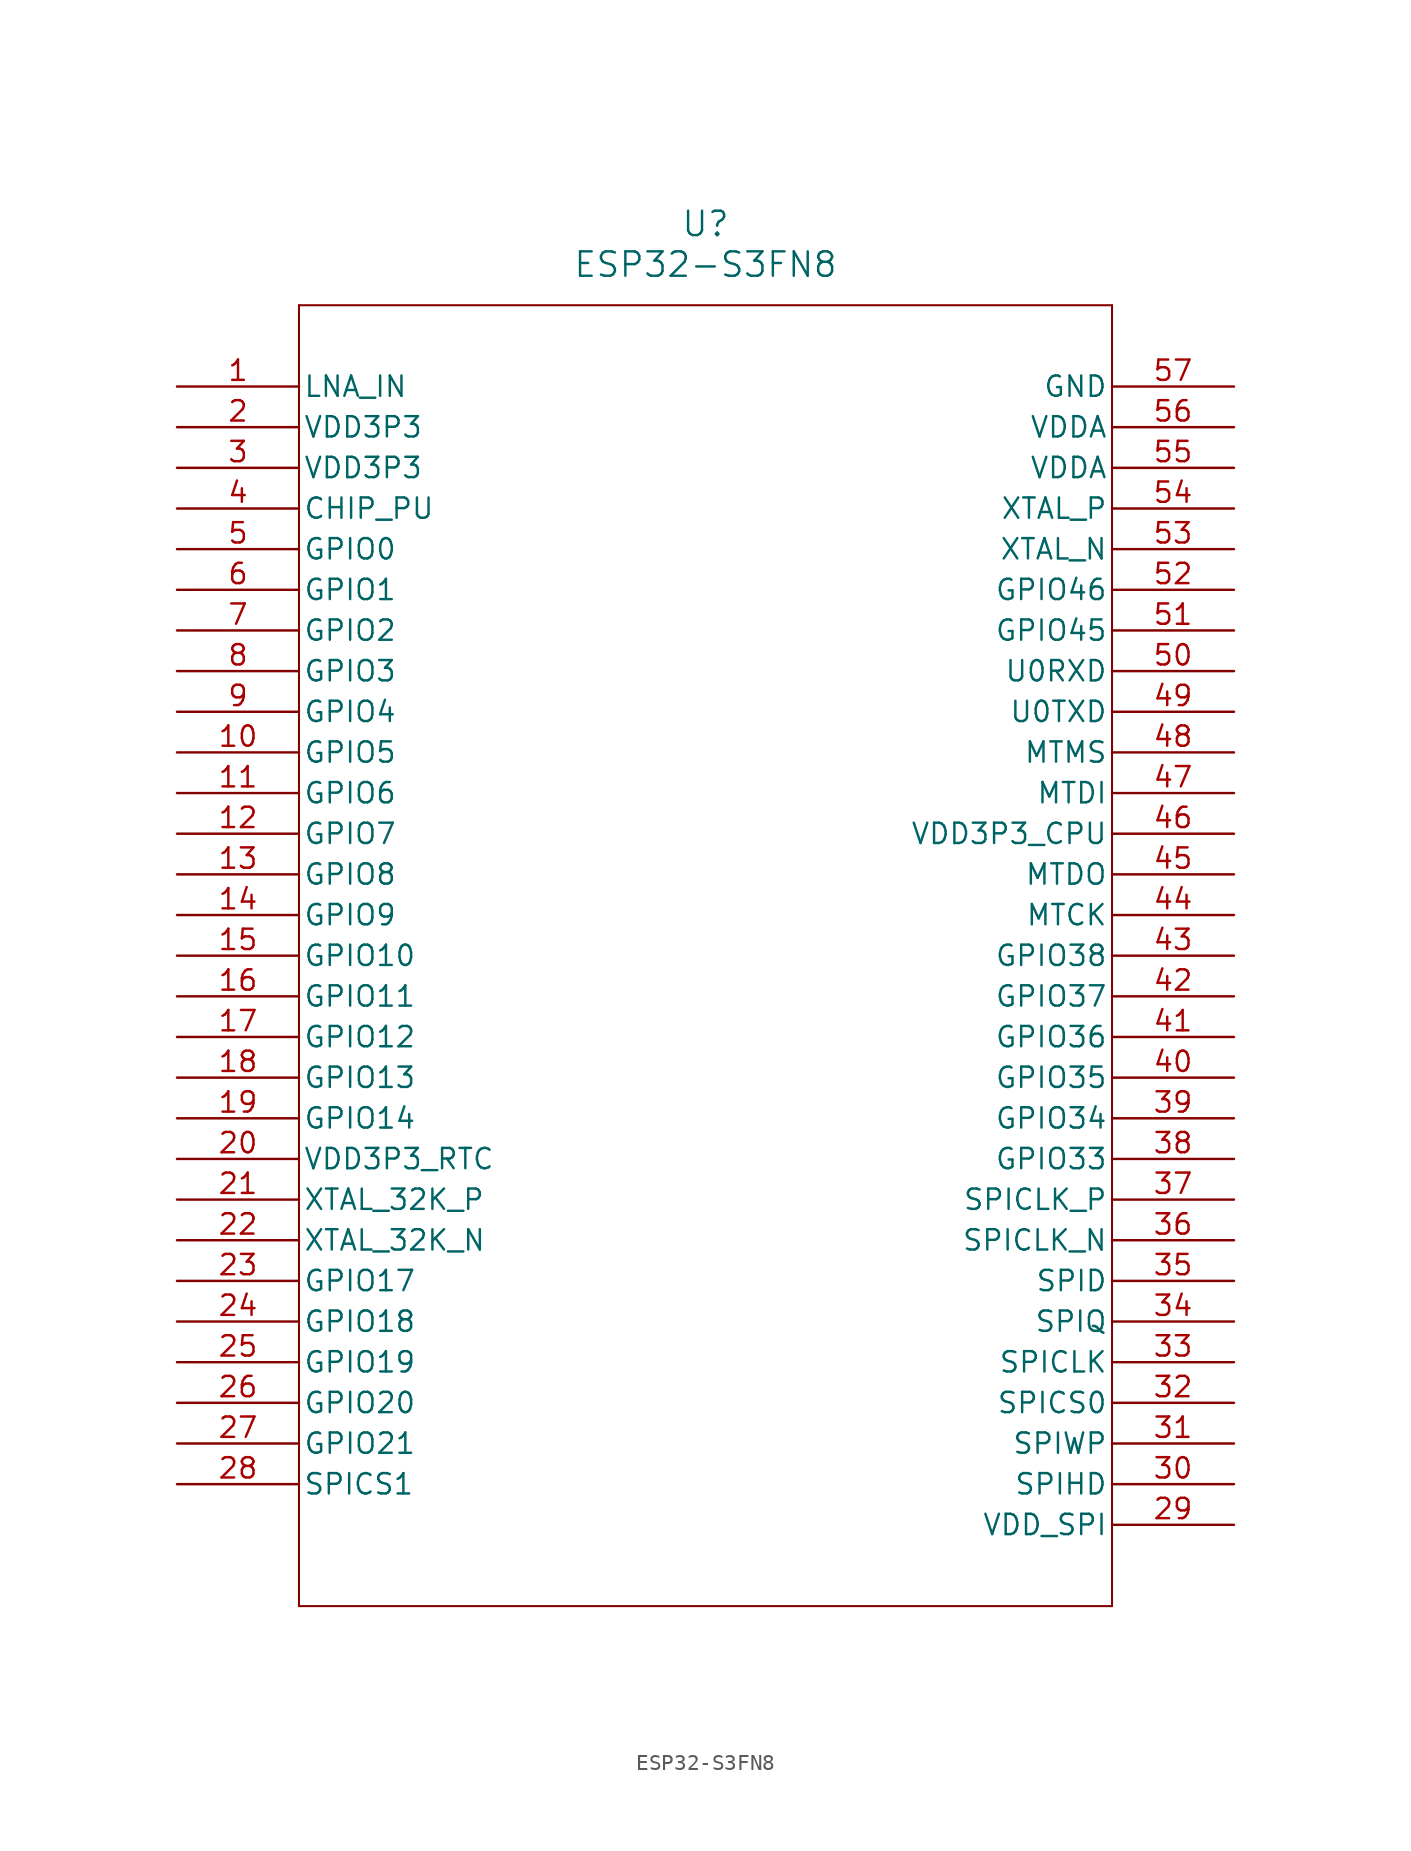
<source format=kicad_sym>
(kicad_symbol_lib
  (version 20211014)
  (generator kicad_symbol_editor)
  (symbol "ESP32-S3FN8"
    (pin_names
      (offset 0.254))
    (property "Reference" "U"
      (at 33.02 10.16 0)
      (effects (font (size 1.524 1.524))))
    (property "Value" "ESP32-S3FN8"
      (at 33.02 7.62 0)
      (effects (font (size 1.524 1.524))))
    (symbol "ESP32-S3FN8_0_1"
      (polyline (pts (xy 7.62 5.08) (xy 7.62 -76.2)) (stroke (width 0.127) (type default) (color 0 0 0 0)) (fill (type none)))
      (polyline (pts (xy 7.62 -76.2) (xy 58.42 -76.2)) (stroke (width 0.127) (type default) (color 0 0 0 0)) (fill (type none)))
      (polyline (pts (xy 58.42 -76.2) (xy 58.42 5.08)) (stroke (width 0.127) (type default) (color 0 0 0 0)) (fill (type none)))
      (polyline (pts (xy 58.42 5.08) (xy 7.62 5.08)) (stroke (width 0.127) (type default) (color 0 0 0 0)) (fill (type none)))
      (pin bidirectional line (at 0 0 0) (length 7.62) (name "LNA_IN" (effects (font (size 1.27 1.27)))) (number "1" (effects (font (size 1.27 1.27)))))
      (pin power_in line (at 0 -2.54 0) (length 7.62) (name "VDD3P3" (effects (font (size 1.27 1.27)))) (number "2" (effects (font (size 1.27 1.27)))))
      (pin power_in line (at 0 -5.08 0) (length 7.62) (name "VDD3P3" (effects (font (size 1.27 1.27)))) (number "3" (effects (font (size 1.27 1.27)))))
      (pin input line (at 0 -7.62 0) (length 7.62) (name "CHIP_PU" (effects (font (size 1.27 1.27)))) (number "4" (effects (font (size 1.27 1.27)))))
      (pin bidirectional line (at 0 -10.16 0) (length 7.62) (name "GPIO0" (effects (font (size 1.27 1.27)))) (number "5" (effects (font (size 1.27 1.27)))))
      (pin bidirectional line (at 0 -12.7 0) (length 7.62) (name "GPIO1" (effects (font (size 1.27 1.27)))) (number "6" (effects (font (size 1.27 1.27)))))
      (pin bidirectional line (at 0 -15.24 0) (length 7.62) (name "GPIO2" (effects (font (size 1.27 1.27)))) (number "7" (effects (font (size 1.27 1.27)))))
      (pin bidirectional line (at 0 -17.78 0) (length 7.62) (name "GPIO3" (effects (font (size 1.27 1.27)))) (number "8" (effects (font (size 1.27 1.27)))))
      (pin bidirectional line (at 0 -20.32 0) (length 7.62) (name "GPIO4" (effects (font (size 1.27 1.27)))) (number "9" (effects (font (size 1.27 1.27)))))
      (pin bidirectional line (at 0 -22.86 0) (length 7.62) (name "GPIO5" (effects (font (size 1.27 1.27)))) (number "10" (effects (font (size 1.27 1.27)))))
      (pin bidirectional line (at 0 -25.4 0) (length 7.62) (name "GPIO6" (effects (font (size 1.27 1.27)))) (number "11" (effects (font (size 1.27 1.27)))))
      (pin bidirectional line (at 0 -27.94 0) (length 7.62) (name "GPIO7" (effects (font (size 1.27 1.27)))) (number "12" (effects (font (size 1.27 1.27)))))
      (pin bidirectional line (at 0 -30.48 0) (length 7.62) (name "GPIO8" (effects (font (size 1.27 1.27)))) (number "13" (effects (font (size 1.27 1.27)))))
      (pin bidirectional line (at 0 -33.02 0) (length 7.62) (name "GPIO9" (effects (font (size 1.27 1.27)))) (number "14" (effects (font (size 1.27 1.27)))))
      (pin bidirectional line (at 0 -35.56 0) (length 7.62) (name "GPIO10" (effects (font (size 1.27 1.27)))) (number "15" (effects (font (size 1.27 1.27)))))
      (pin bidirectional line (at 0 -38.1 0) (length 7.62) (name "GPIO11" (effects (font (size 1.27 1.27)))) (number "16" (effects (font (size 1.27 1.27)))))
      (pin bidirectional line (at 0 -40.64 0) (length 7.62) (name "GPIO12" (effects (font (size 1.27 1.27)))) (number "17" (effects (font (size 1.27 1.27)))))
      (pin bidirectional line (at 0 -43.18 0) (length 7.62) (name "GPIO13" (effects (font (size 1.27 1.27)))) (number "18" (effects (font (size 1.27 1.27)))))
      (pin bidirectional line (at 0 -45.72 0) (length 7.62) (name "GPIO14" (effects (font (size 1.27 1.27)))) (number "19" (effects (font (size 1.27 1.27)))))
      (pin power_in line (at 0 -48.26 0) (length 7.62) (name "VDD3P3_RTC" (effects (font (size 1.27 1.27)))) (number "20" (effects (font (size 1.27 1.27)))))
      (pin bidirectional line (at 0 -50.8 0) (length 7.62) (name "XTAL_32K_P" (effects (font (size 1.27 1.27)))) (number "21" (effects (font (size 1.27 1.27)))))
      (pin bidirectional line (at 0 -53.34 0) (length 7.62) (name "XTAL_32K_N" (effects (font (size 1.27 1.27)))) (number "22" (effects (font (size 1.27 1.27)))))
      (pin bidirectional line (at 0 -55.88 0) (length 7.62) (name "GPIO17" (effects (font (size 1.27 1.27)))) (number "23" (effects (font (size 1.27 1.27)))))
      (pin bidirectional line (at 0 -58.42 0) (length 7.62) (name "GPIO18" (effects (font (size 1.27 1.27)))) (number "24" (effects (font (size 1.27 1.27)))))
      (pin bidirectional line (at 0 -60.96 0) (length 7.62) (name "GPIO19" (effects (font (size 1.27 1.27)))) (number "25" (effects (font (size 1.27 1.27)))))
      (pin bidirectional line (at 0 -63.5 0) (length 7.62) (name "GPIO20" (effects (font (size 1.27 1.27)))) (number "26" (effects (font (size 1.27 1.27)))))
      (pin bidirectional line (at 0 -66.04 0) (length 7.62) (name "GPIO21" (effects (font (size 1.27 1.27)))) (number "27" (effects (font (size 1.27 1.27)))))
      (pin bidirectional line (at 0 -68.58 0) (length 7.62) (name "SPICS1" (effects (font (size 1.27 1.27)))) (number "28" (effects (font (size 1.27 1.27)))))
      (pin power_in line (at 66.04 -71.12 180) (length 7.62) (name "VDD_SPI" (effects (font (size 1.27 1.27)))) (number "29" (effects (font (size 1.27 1.27)))))
      (pin bidirectional line (at 66.04 -68.58 180) (length 7.62) (name "SPIHD" (effects (font (size 1.27 1.27)))) (number "30" (effects (font (size 1.27 1.27)))))
      (pin bidirectional line (at 66.04 -66.04 180) (length 7.62) (name "SPIWP" (effects (font (size 1.27 1.27)))) (number "31" (effects (font (size 1.27 1.27)))))
      (pin bidirectional line (at 66.04 -63.5 180) (length 7.62) (name "SPICS0" (effects (font (size 1.27 1.27)))) (number "32" (effects (font (size 1.27 1.27)))))
      (pin bidirectional line (at 66.04 -60.96 180) (length 7.62) (name "SPICLK" (effects (font (size 1.27 1.27)))) (number "33" (effects (font (size 1.27 1.27)))))
      (pin bidirectional line (at 66.04 -58.42 180) (length 7.62) (name "SPIQ" (effects (font (size 1.27 1.27)))) (number "34" (effects (font (size 1.27 1.27)))))
      (pin bidirectional line (at 66.04 -55.88 180) (length 7.62) (name "SPID" (effects (font (size 1.27 1.27)))) (number "35" (effects (font (size 1.27 1.27)))))
      (pin bidirectional line (at 66.04 -53.34 180) (length 7.62) (name "SPICLK_N" (effects (font (size 1.27 1.27)))) (number "36" (effects (font (size 1.27 1.27)))))
      (pin bidirectional line (at 66.04 -50.8 180) (length 7.62) (name "SPICLK_P" (effects (font (size 1.27 1.27)))) (number "37" (effects (font (size 1.27 1.27)))))
      (pin bidirectional line (at 66.04 -48.26 180) (length 7.62) (name "GPIO33" (effects (font (size 1.27 1.27)))) (number "38" (effects (font (size 1.27 1.27)))))
      (pin bidirectional line (at 66.04 -45.72 180) (length 7.62) (name "GPIO34" (effects (font (size 1.27 1.27)))) (number "39" (effects (font (size 1.27 1.27)))))
      (pin bidirectional line (at 66.04 -43.18 180) (length 7.62) (name "GPIO35" (effects (font (size 1.27 1.27)))) (number "40" (effects (font (size 1.27 1.27)))))
      (pin bidirectional line (at 66.04 -40.64 180) (length 7.62) (name "GPIO36" (effects (font (size 1.27 1.27)))) (number "41" (effects (font (size 1.27 1.27)))))
      (pin bidirectional line (at 66.04 -38.1 180) (length 7.62) (name "GPIO37" (effects (font (size 1.27 1.27)))) (number "42" (effects (font (size 1.27 1.27)))))
      (pin bidirectional line (at 66.04 -35.56 180) (length 7.62) (name "GPIO38" (effects (font (size 1.27 1.27)))) (number "43" (effects (font (size 1.27 1.27)))))
      (pin bidirectional line (at 66.04 -33.02 180) (length 7.62) (name "MTCK" (effects (font (size 1.27 1.27)))) (number "44" (effects (font (size 1.27 1.27)))))
      (pin bidirectional line (at 66.04 -30.48 180) (length 7.62) (name "MTDO" (effects (font (size 1.27 1.27)))) (number "45" (effects (font (size 1.27 1.27)))))
      (pin power_in line (at 66.04 -27.94 180) (length 7.62) (name "VDD3P3_CPU" (effects (font (size 1.27 1.27)))) (number "46" (effects (font (size 1.27 1.27)))))
      (pin bidirectional line (at 66.04 -25.4 180) (length 7.62) (name "MTDI" (effects (font (size 1.27 1.27)))) (number "47" (effects (font (size 1.27 1.27)))))
      (pin bidirectional line (at 66.04 -22.86 180) (length 7.62) (name "MTMS" (effects (font (size 1.27 1.27)))) (number "48" (effects (font (size 1.27 1.27)))))
      (pin bidirectional line (at 66.04 -20.32 180) (length 7.62) (name "U0TXD" (effects (font (size 1.27 1.27)))) (number "49" (effects (font (size 1.27 1.27)))))
      (pin bidirectional line (at 66.04 -17.78 180) (length 7.62) (name "U0RXD" (effects (font (size 1.27 1.27)))) (number "50" (effects (font (size 1.27 1.27)))))
      (pin bidirectional line (at 66.04 -15.24 180) (length 7.62) (name "GPIO45" (effects (font (size 1.27 1.27)))) (number "51" (effects (font (size 1.27 1.27)))))
      (pin bidirectional line (at 66.04 -12.7 180) (length 7.62) (name "GPIO46" (effects (font (size 1.27 1.27)))) (number "52" (effects (font (size 1.27 1.27)))))
      (pin output line (at 66.04 -10.16 180) (length 7.62) (name "XTAL_N" (effects (font (size 1.27 1.27)))) (number "53" (effects (font (size 1.27 1.27)))))
      (pin input line (at 66.04 -7.62 180) (length 7.62) (name "XTAL_P" (effects (font (size 1.27 1.27)))) (number "54" (effects (font (size 1.27 1.27)))))
      (pin power_in line (at 66.04 -5.08 180) (length 7.62) (name "VDDA" (effects (font (size 1.27 1.27)))) (number "55" (effects (font (size 1.27 1.27)))))
      (pin power_in line (at 66.04 -2.54 180) (length 7.62) (name "VDDA" (effects (font (size 1.27 1.27)))) (number "56" (effects (font (size 1.27 1.27)))))
      (pin power_out line (at 66.04 0 180) (length 7.62) (name "GND" (effects (font (size 1.27 1.27)))) (number "57" (effects (font (size 1.27 1.27))))))))
</source>
